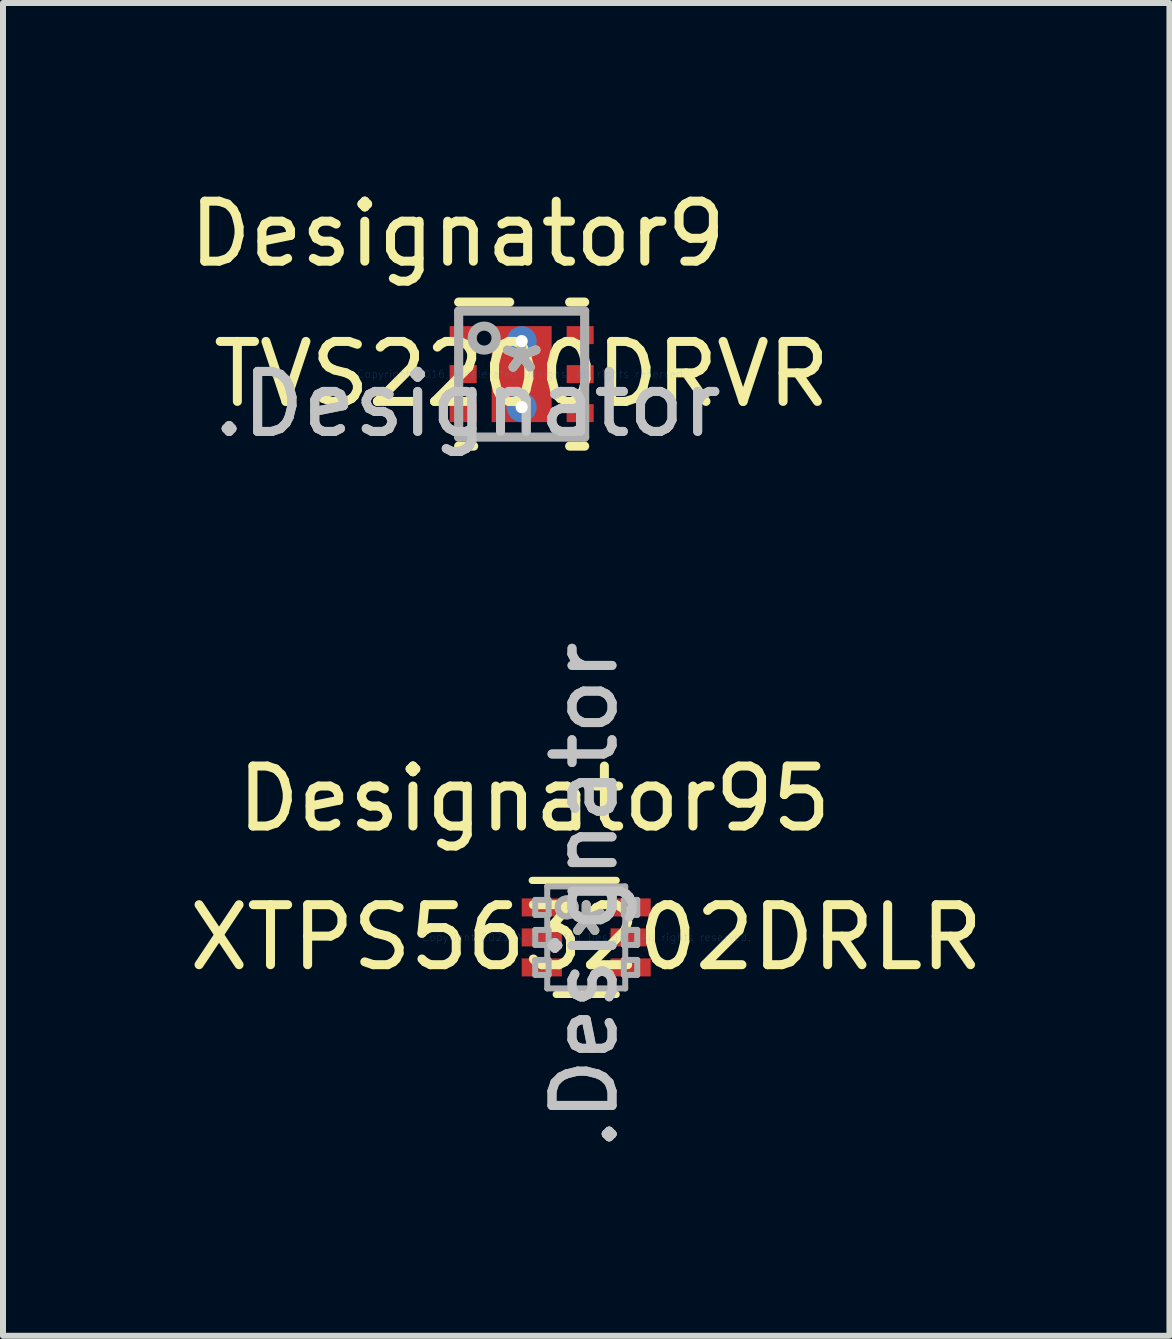
<source format=kicad_pcb>
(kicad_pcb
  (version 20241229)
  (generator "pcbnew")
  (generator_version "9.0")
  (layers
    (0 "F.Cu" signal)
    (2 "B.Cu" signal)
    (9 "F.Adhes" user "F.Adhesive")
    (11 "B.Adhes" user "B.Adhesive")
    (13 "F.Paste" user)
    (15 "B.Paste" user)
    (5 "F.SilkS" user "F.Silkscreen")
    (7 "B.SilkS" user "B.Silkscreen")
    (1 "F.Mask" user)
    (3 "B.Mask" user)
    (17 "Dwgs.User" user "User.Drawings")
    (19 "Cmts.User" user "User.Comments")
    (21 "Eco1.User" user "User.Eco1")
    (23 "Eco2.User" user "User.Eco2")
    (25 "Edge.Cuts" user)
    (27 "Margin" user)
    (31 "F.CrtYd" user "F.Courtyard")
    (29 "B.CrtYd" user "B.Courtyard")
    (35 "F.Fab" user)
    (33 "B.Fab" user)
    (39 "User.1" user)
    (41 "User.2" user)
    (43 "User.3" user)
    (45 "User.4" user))
  (footprint "XTPS563202DRLR"
    (layer "F.Cu")
    (at 6.72 12.573)
    (property "Reference" "XTPS563202DRLR" (at 0 0 0) (layer "F.SilkS") (effects (font (size 1 1) (thickness 0.15))))
    (attr through_hole)
    (fp_line (start -0.9 -0.95) (end 0.5 -0.95) (stroke (width 0.12) (type solid)) (layer "F.SilkS"))
    (fp_line (start -0.5 0.95) (end 0.5 0.95) (stroke (width 0.12) (type solid)) (layer "F.SilkS"))
    (fp_line (start -0.85 -0.625) (end -0.627 -0.625) (stroke (width 0.1) (type solid)) (layer "F.Fab"))
    (fp_line (start -0.85 -0.375) (end -0.85 -0.625) (stroke (width 0.1) (type solid)) (layer "F.Fab"))
    (fp_line (start -0.85 -0.375) (end -0.627 -0.375) (stroke (width 0.1) (type solid)) (layer "F.Fab"))
    (fp_line (start -0.85 -0.125) (end -0.627 -0.125) (stroke (width 0.1) (type solid)) (layer "F.Fab"))
    (fp_line (start -0.85 0.125) (end -0.85 -0.125) (stroke (width 0.1) (type solid)) (layer "F.Fab"))
    (fp_line (start -0.85 0.125) (end -0.627 0.125) (stroke (width 0.1) (type solid)) (layer "F.Fab"))
    (fp_line (start -0.85 0.375) (end -0.627 0.375) (stroke (width 0.1) (type solid)) (layer "F.Fab"))
    (fp_line (start -0.85 0.625) (end -0.85 0.375) (stroke (width 0.1) (type solid)) (layer "F.Fab"))
    (fp_line (start -0.85 0.625) (end -0.627 0.625) (stroke (width 0.1) (type solid)) (layer "F.Fab"))
    (fp_line (start -0.65 -0.85) (end 0.65 -0.85) (stroke (width 0.1) (type solid)) (layer "F.Fab"))
    (fp_line (start -0.65 -0.625) (end -0.65 -0.85) (stroke (width 0.1) (type solid)) (layer "F.Fab"))
    (fp_line (start -0.65 -0.125) (end -0.65 -0.375) (stroke (width 0.1) (type solid)) (layer "F.Fab"))
    (fp_line (start -0.65 0.375) (end -0.65 0.125) (stroke (width 0.1) (type solid)) (layer "F.Fab"))
    (fp_line (start -0.65 0.85) (end -0.65 0.625) (stroke (width 0.1) (type solid)) (layer "F.Fab"))
    (fp_line (start -0.65 0.85) (end 0.65 0.85) (stroke (width 0.1) (type solid)) (layer "F.Fab"))
    (fp_line (start -0.627 -0.375) (end -0.627 -0.625) (stroke (width 0.1) (type solid)) (layer "F.Fab"))
    (fp_line (start -0.627 0.125) (end -0.627 -0.125) (stroke (width 0.1) (type solid)) (layer "F.Fab"))
    (fp_line (start -0.627 0.625) (end -0.627 0.375) (stroke (width 0.1) (type solid)) (layer "F.Fab"))
    (fp_line (start 0.627 -0.625) (end 0.85 -0.625) (stroke (width 0.1) (type solid)) (layer "F.Fab"))
    (fp_line (start 0.627 -0.375) (end 0.627 -0.625) (stroke (width 0.1) (type solid)) (layer "F.Fab"))
    (fp_line (start 0.627 -0.375) (end 0.85 -0.375) (stroke (width 0.1) (type solid)) (layer "F.Fab"))
    (fp_line (start 0.627 -0.125) (end 0.85 -0.125) (stroke (width 0.1) (type solid)) (layer "F.Fab"))
    (fp_line (start 0.627 0.125) (end 0.627 -0.125) (stroke (width 0.1) (type solid)) (layer "F.Fab"))
    (fp_line (start 0.627 0.125) (end 0.85 0.125) (stroke (width 0.1) (type solid)) (layer "F.Fab"))
    (fp_line (start 0.627 0.375) (end 0.85 0.375) (stroke (width 0.1) (type solid)) (layer "F.Fab"))
    (fp_line (start 0.627 0.625) (end 0.627 0.375) (stroke (width 0.1) (type solid)) (layer "F.Fab"))
    (fp_line (start 0.627 0.625) (end 0.85 0.625) (stroke (width 0.1) (type solid)) (layer "F.Fab"))
    (fp_line (start 0.65 -0.625) (end 0.65 -0.85) (stroke (width 0.1) (type solid)) (layer "F.Fab"))
    (fp_line (start 0.65 0.375) (end 0.65 -0.375) (stroke (width 0.1) (type solid)) (layer "F.Fab"))
    (fp_line (start 0.65 0.85) (end 0.65 0.625) (stroke (width 0.1) (type solid)) (layer "F.Fab"))
    (fp_line (start 0.85 -0.375) (end 0.85 -0.625) (stroke (width 0.1) (type solid)) (layer "F.Fab"))
    (fp_line (start 0.85 0.625) (end 0.85 0.375) (stroke (width 0.1) (type solid)) (layer "F.Fab"))
    (fp_line (start 0.85 0.125) (end 0.85 -0.125) (stroke (width 0.1) (type solid)) (layer "F.Fab"))
    (fp_circle (center -0.325 -0.5) (end -0.175 -0.5) (stroke (width 0.1) (type solid)) (fill no) (layer "F.Fab"))
    (fp_circle (center -0.325 -0.5) (end -0.175 -0.5) (stroke (width 0.1) (type solid)) (fill no) (layer "F.Fab"))
    (fp_text user "*" (at 0 0 0) (layer "F.SilkS") (effects (font (size 1 1) (thickness 0.15))))
    (fp_text user "Designator95" (at -0.864 -2.311 0) (layer "F.SilkS") (effects (font (size 1 1) (thickness 0.15))))
    (fp_text user ".Designator" (at -0.025 -0.7 270) (layer "Dwgs.User") (effects (font (size 1 1) (thickness 0.15))))
    (fp_text user "Copyright 2021 Accelerated Designs. All rights reserved." (at 0 0 0) (layer "Cmts.User") (effects (font (size 0.127 0.127) (thickness 0.002))))
    (fp_text user ".Designator" (at -0.025 -0.7 270) (layer "F.Fab") (effects (font (size 1 1) (thickness 0.15))))
    (fp_text user "*" (at 0 0 0) (layer "F.Fab") (effects (font (size 1 1) (thickness 0.15))))
    (pad "1" smd rect (at -0.74 -0.5 90) (size 0.3 0.67) (layers "F.Cu" "F.Mask" "F.Paste"))
    (pad "2" smd rect (at -0.74 -0.000003 90) (size 0.3 0.67) (layers "F.Cu" "F.Mask" "F.Paste"))
    (pad "3" smd rect (at -0.74 0.5 90) (size 0.3 0.67) (layers "F.Cu" "F.Mask" "F.Paste"))
    (pad "4" smd rect (at 0.74 0.5 90) (size 0.3 0.67) (layers "F.Cu" "F.Mask" "F.Paste"))
    (pad "5" smd rect (at 0.74 -0.000003 90) (size 0.3 0.67) (layers "F.Cu" "F.Mask" "F.Paste"))
    (pad "6" smd rect (at 0.74 -0.5 90) (size 0.3 0.67) (layers "F.Cu" "F.Mask" "F.Paste")))
  (footprint "TVS2200DRVR"
    (layer "F.Cu")
    (at 5.644 3.185)
    (property "Reference" "TVS2200DRVR" (at 0 0 0) (layer "F.SilkS") (effects (font (size 1 1) (thickness 0.15))))
    (attr through_hole)
    (fp_line (start -1.05 -1.2) (end -0.2 -1.2) (stroke (width 0.152) (type solid)) (layer "F.SilkS"))
    (fp_line (start -1.05 1.2) (end -0.8 1.2) (stroke (width 0.152) (type solid)) (layer "F.SilkS"))
    (fp_line (start 0.8 -1.2) (end 1.05 -1.2) (stroke (width 0.152) (type solid)) (layer "F.SilkS"))
    (fp_line (start 0.8 1.2) (end 1.05 1.2) (stroke (width 0.152) (type solid)) (layer "F.SilkS"))
    (fp_line (start -0.5 -0.751) (end -0.499 -0.761) (stroke (width 0.152) (type solid)) (layer "F.Paste"))
    (fp_line (start -0.5 -0.149) (end -0.5 -0.751) (stroke (width 0.152) (type solid)) (layer "F.Paste"))
    (fp_line (start -0.5 0.149) (end -0.499 0.139) (stroke (width 0.152) (type solid)) (layer "F.Paste"))
    (fp_line (start -0.5 0.751) (end -0.5 0.149) (stroke (width 0.152) (type solid)) (layer "F.Paste"))
    (fp_line (start -0.499 -0.761) (end -0.496 -0.77) (stroke (width 0.152) (type solid)) (layer "F.Paste"))
    (fp_line (start -0.499 -0.139) (end -0.5 -0.149) (stroke (width 0.152) (type solid)) (layer "F.Paste"))
    (fp_line (start -0.499 0.139) (end -0.496 0.13) (stroke (width 0.152) (type solid)) (layer "F.Paste"))
    (fp_line (start -0.499 0.761) (end -0.5 0.751) (stroke (width 0.152) (type solid)) (layer "F.Paste"))
    (fp_line (start -0.496 -0.77) (end -0.492 -0.778) (stroke (width 0.152) (type solid)) (layer "F.Paste"))
    (fp_line (start -0.496 -0.13) (end -0.499 -0.139) (stroke (width 0.152) (type solid)) (layer "F.Paste"))
    (fp_line (start -0.496 0.13) (end -0.492 0.122) (stroke (width 0.152) (type solid)) (layer "F.Paste"))
    (fp_line (start -0.496 0.77) (end -0.499 0.761) (stroke (width 0.152) (type solid)) (layer "F.Paste"))
    (fp_line (start -0.492 -0.778) (end -0.486 -0.786) (stroke (width 0.152) (type solid)) (layer "F.Paste"))
    (fp_line (start -0.492 -0.122) (end -0.496 -0.13) (stroke (width 0.152) (type solid)) (layer "F.Paste"))
    (fp_line (start -0.492 0.122) (end -0.486 0.114) (stroke (width 0.152) (type solid)) (layer "F.Paste"))
    (fp_line (start -0.492 0.778) (end -0.496 0.77) (stroke (width 0.152) (type solid)) (layer "F.Paste"))
    (fp_line (start -0.486 -0.786) (end -0.478 -0.792) (stroke (width 0.152) (type solid)) (layer "F.Paste"))
    (fp_line (start -0.486 -0.114) (end -0.492 -0.122) (stroke (width 0.152) (type solid)) (layer "F.Paste"))
    (fp_line (start -0.486 0.114) (end -0.478 0.108) (stroke (width 0.152) (type solid)) (layer "F.Paste"))
    (fp_line (start -0.486 0.786) (end -0.492 0.778) (stroke (width 0.152) (type solid)) (layer "F.Paste"))
    (fp_line (start -0.478 -0.792) (end -0.47 -0.796) (stroke (width 0.152) (type solid)) (layer "F.Paste"))
    (fp_line (start -0.478 -0.108) (end -0.486 -0.114) (stroke (width 0.152) (type solid)) (layer "F.Paste"))
    (fp_line (start -0.478 0.108) (end -0.47 0.104) (stroke (width 0.152) (type solid)) (layer "F.Paste"))
    (fp_line (start -0.478 0.792) (end -0.486 0.786) (stroke (width 0.152) (type solid)) (layer "F.Paste"))
    (fp_line (start -0.47 -0.796) (end -0.461 -0.799) (stroke (width 0.152) (type solid)) (layer "F.Paste"))
    (fp_line (start -0.47 -0.104) (end -0.478 -0.108) (stroke (width 0.152) (type solid)) (layer "F.Paste"))
    (fp_line (start -0.47 0.104) (end -0.461 0.101) (stroke (width 0.152) (type solid)) (layer "F.Paste"))
    (fp_line (start -0.47 0.796) (end -0.478 0.792) (stroke (width 0.152) (type solid)) (layer "F.Paste"))
    (fp_line (start -0.461 -0.799) (end -0.451 -0.8) (stroke (width 0.152) (type solid)) (layer "F.Paste"))
    (fp_line (start -0.461 -0.101) (end -0.47 -0.104) (stroke (width 0.152) (type solid)) (layer "F.Paste"))
    (fp_line (start -0.461 0.101) (end -0.451 0.1) (stroke (width 0.152) (type solid)) (layer "F.Paste"))
    (fp_line (start -0.461 0.799) (end -0.47 0.796) (stroke (width 0.152) (type solid)) (layer "F.Paste"))
    (fp_line (start -0.451 -0.8) (end 0.451 -0.8) (stroke (width 0.152) (type solid)) (layer "F.Paste"))
    (fp_line (start -0.451 -0.1) (end -0.461 -0.101) (stroke (width 0.152) (type solid)) (layer "F.Paste"))
    (fp_line (start -0.451 0.1) (end 0.451 0.1) (stroke (width 0.152) (type solid)) (layer "F.Paste"))
    (fp_line (start -0.451 0.8) (end -0.461 0.799) (stroke (width 0.152) (type solid)) (layer "F.Paste"))
    (fp_line (start 0.451 -0.8) (end 0.461 -0.799) (stroke (width 0.152) (type solid)) (layer "F.Paste"))
    (fp_line (start 0.451 -0.1) (end -0.451 -0.1) (stroke (width 0.152) (type solid)) (layer "F.Paste"))
    (fp_line (start 0.451 0.1) (end 0.461 0.101) (stroke (width 0.152) (type solid)) (layer "F.Paste"))
    (fp_line (start 0.451 0.8) (end -0.451 0.8) (stroke (width 0.152) (type solid)) (layer "F.Paste"))
    (fp_line (start 0.461 -0.799) (end 0.47 -0.796) (stroke (width 0.152) (type solid)) (layer "F.Paste"))
    (fp_line (start 0.461 -0.101) (end 0.451 -0.1) (stroke (width 0.152) (type solid)) (layer "F.Paste"))
    (fp_line (start 0.461 0.101) (end 0.47 0.104) (stroke (width 0.152) (type solid)) (layer "F.Paste"))
    (fp_line (start 0.461 0.799) (end 0.451 0.8) (stroke (width 0.152) (type solid)) (layer "F.Paste"))
    (fp_line (start 0.47 -0.796) (end 0.478 -0.792) (stroke (width 0.152) (type solid)) (layer "F.Paste"))
    (fp_line (start 0.47 -0.104) (end 0.461 -0.101) (stroke (width 0.152) (type solid)) (layer "F.Paste"))
    (fp_line (start 0.47 0.104) (end 0.478 0.108) (stroke (width 0.152) (type solid)) (layer "F.Paste"))
    (fp_line (start 0.47 0.796) (end 0.461 0.799) (stroke (width 0.152) (type solid)) (layer "F.Paste"))
    (fp_line (start 0.478 -0.792) (end 0.486 -0.786) (stroke (width 0.152) (type solid)) (layer "F.Paste"))
    (fp_line (start 0.478 -0.108) (end 0.47 -0.104) (stroke (width 0.152) (type solid)) (layer "F.Paste"))
    (fp_line (start 0.478 0.108) (end 0.486 0.114) (stroke (width 0.152) (type solid)) (layer "F.Paste"))
    (fp_line (start 0.478 0.792) (end 0.47 0.796) (stroke (width 0.152) (type solid)) (layer "F.Paste"))
    (fp_line (start 0.486 -0.786) (end 0.492 -0.778) (stroke (width 0.152) (type solid)) (layer "F.Paste"))
    (fp_line (start 0.486 -0.114) (end 0.478 -0.108) (stroke (width 0.152) (type solid)) (layer "F.Paste"))
    (fp_line (start 0.486 0.114) (end 0.492 0.122) (stroke (width 0.152) (type solid)) (layer "F.Paste"))
    (fp_line (start 0.486 0.786) (end 0.478 0.792) (stroke (width 0.152) (type solid)) (layer "F.Paste"))
    (fp_line (start 0.492 -0.778) (end 0.496 -0.77) (stroke (width 0.152) (type solid)) (layer "F.Paste"))
    (fp_line (start 0.492 -0.122) (end 0.486 -0.114) (stroke (width 0.152) (type solid)) (layer "F.Paste"))
    (fp_line (start 0.492 0.122) (end 0.496 0.13) (stroke (width 0.152) (type solid)) (layer "F.Paste"))
    (fp_line (start 0.492 0.778) (end 0.486 0.786) (stroke (width 0.152) (type solid)) (layer "F.Paste"))
    (fp_line (start 0.496 -0.77) (end 0.499 -0.761) (stroke (width 0.152) (type solid)) (layer "F.Paste"))
    (fp_line (start 0.496 -0.13) (end 0.492 -0.122) (stroke (width 0.152) (type solid)) (layer "F.Paste"))
    (fp_line (start 0.496 0.13) (end 0.499 0.139) (stroke (width 0.152) (type solid)) (layer "F.Paste"))
    (fp_line (start 0.496 0.77) (end 0.492 0.778) (stroke (width 0.152) (type solid)) (layer "F.Paste"))
    (fp_line (start 0.499 -0.761) (end 0.5 -0.751) (stroke (width 0.152) (type solid)) (layer "F.Paste"))
    (fp_line (start 0.499 -0.139) (end 0.496 -0.13) (stroke (width 0.152) (type solid)) (layer "F.Paste"))
    (fp_line (start 0.499 0.139) (end 0.5 0.149) (stroke (width 0.152) (type solid)) (layer "F.Paste"))
    (fp_line (start 0.499 0.761) (end 0.496 0.77) (stroke (width 0.152) (type solid)) (layer "F.Paste"))
    (fp_line (start 0.5 -0.751) (end 0.5 -0.149) (stroke (width 0.152) (type solid)) (layer "F.Paste"))
    (fp_line (start 0.5 -0.149) (end 0.499 -0.139) (stroke (width 0.152) (type solid)) (layer "F.Paste"))
    (fp_line (start 0.5 0.149) (end 0.5 0.751) (stroke (width 0.152) (type solid)) (layer "F.Paste"))
    (fp_line (start 0.5 0.751) (end 0.499 0.761) (stroke (width 0.152) (type solid)) (layer "F.Paste"))
    (fp_line (start -1.05 -1.05) (end 1.05 -1.05) (stroke (width 0.152) (type solid)) (layer "F.Fab"))
    (fp_line (start -1.05 1.05) (end -1.05 -1.05) (stroke (width 0.152) (type solid)) (layer "F.Fab"))
    (fp_line (start -1.05 1.05) (end 1.05 1.05) (stroke (width 0.152) (type solid)) (layer "F.Fab"))
    (fp_line (start 1.05 1.05) (end 1.05 -1.05) (stroke (width 0.152) (type solid)) (layer "F.Fab"))
    (fp_circle (center -0.625 -0.6) (end -0.425 -0.6) (stroke (width 0.152) (type solid)) (fill no) (layer "F.Fab"))
    (fp_text user "*" (at 0 0 0) (layer "F.SilkS") (effects (font (size 1 1) (thickness 0.15))))
    (fp_text user "Designator9" (at -1.067 -2.337 0) (layer "F.SilkS") (effects (font (size 1 1) (thickness 0.15))))
    (fp_text user ".Designator" (at -0.9 0.5 0) (layer "Dwgs.User") (effects (font (size 1 1) (thickness 0.15))))
    (fp_text user "Copyright 2016 Accelerated Designs. All rights reserved." (at 0 0 0) (layer "Cmts.User") (effects (font (size 0.127 0.127) (thickness 0.002))))
    (fp_text user ".Designator" (at -0.9 0.5 0) (layer "F.Fab") (effects (font (size 1 1) (thickness 0.15))))
    (fp_text user "*" (at 0 0 0) (layer "F.Fab") (effects (font (size 1 1) (thickness 0.15))))
    (pad "1" smd rect (at -0.975 -0.65 90) (size 0.3 0.45) (layers "F.Cu" "F.Mask" "F.Paste"))
    (pad "2" smd rect (at -0.975 0 90) (size 0.3 0.45) (layers "F.Cu" "F.Mask" "F.Paste"))
    (pad "3" smd rect (at -0.975 0.65 90) (size 0.3 0.45) (layers "F.Cu" "F.Mask" "F.Paste"))
    (pad "4" smd rect (at 0.975 0.65 90) (size 0.3 0.45) (layers "F.Cu" "F.Mask" "F.Paste"))
    (pad "5" smd rect (at 0.975 0 90) (size 0.3 0.45) (layers "F.Cu" "F.Mask" "F.Paste"))
    (pad "6" smd rect (at 0.975 -0.65 90) (size 0.3 0.45) (layers "F.Cu" "F.Mask" "F.Paste"))
    (pad "7" smd rect (at 0 0) (size 1 1.6) (layers "F.Cu" "F.Mask" "F.Paste"))
    (pad "V" thru_hole circle (at 0 -0.55) (size 0.5 0.5) (drill 0.203) (layers "*.Cu" "*.Mask"))
    (pad "V" thru_hole circle (at 0 0.55) (size 0.5 0.5) (drill 0.203) (layers "*.Cu" "*.Mask")))
  (gr_rect
    (start -3 -3)
    (end 16.44 19.212)
    (stroke (width 0.1) (type default))
    (fill no)
    (layer "Edge.Cuts")))
</source>
